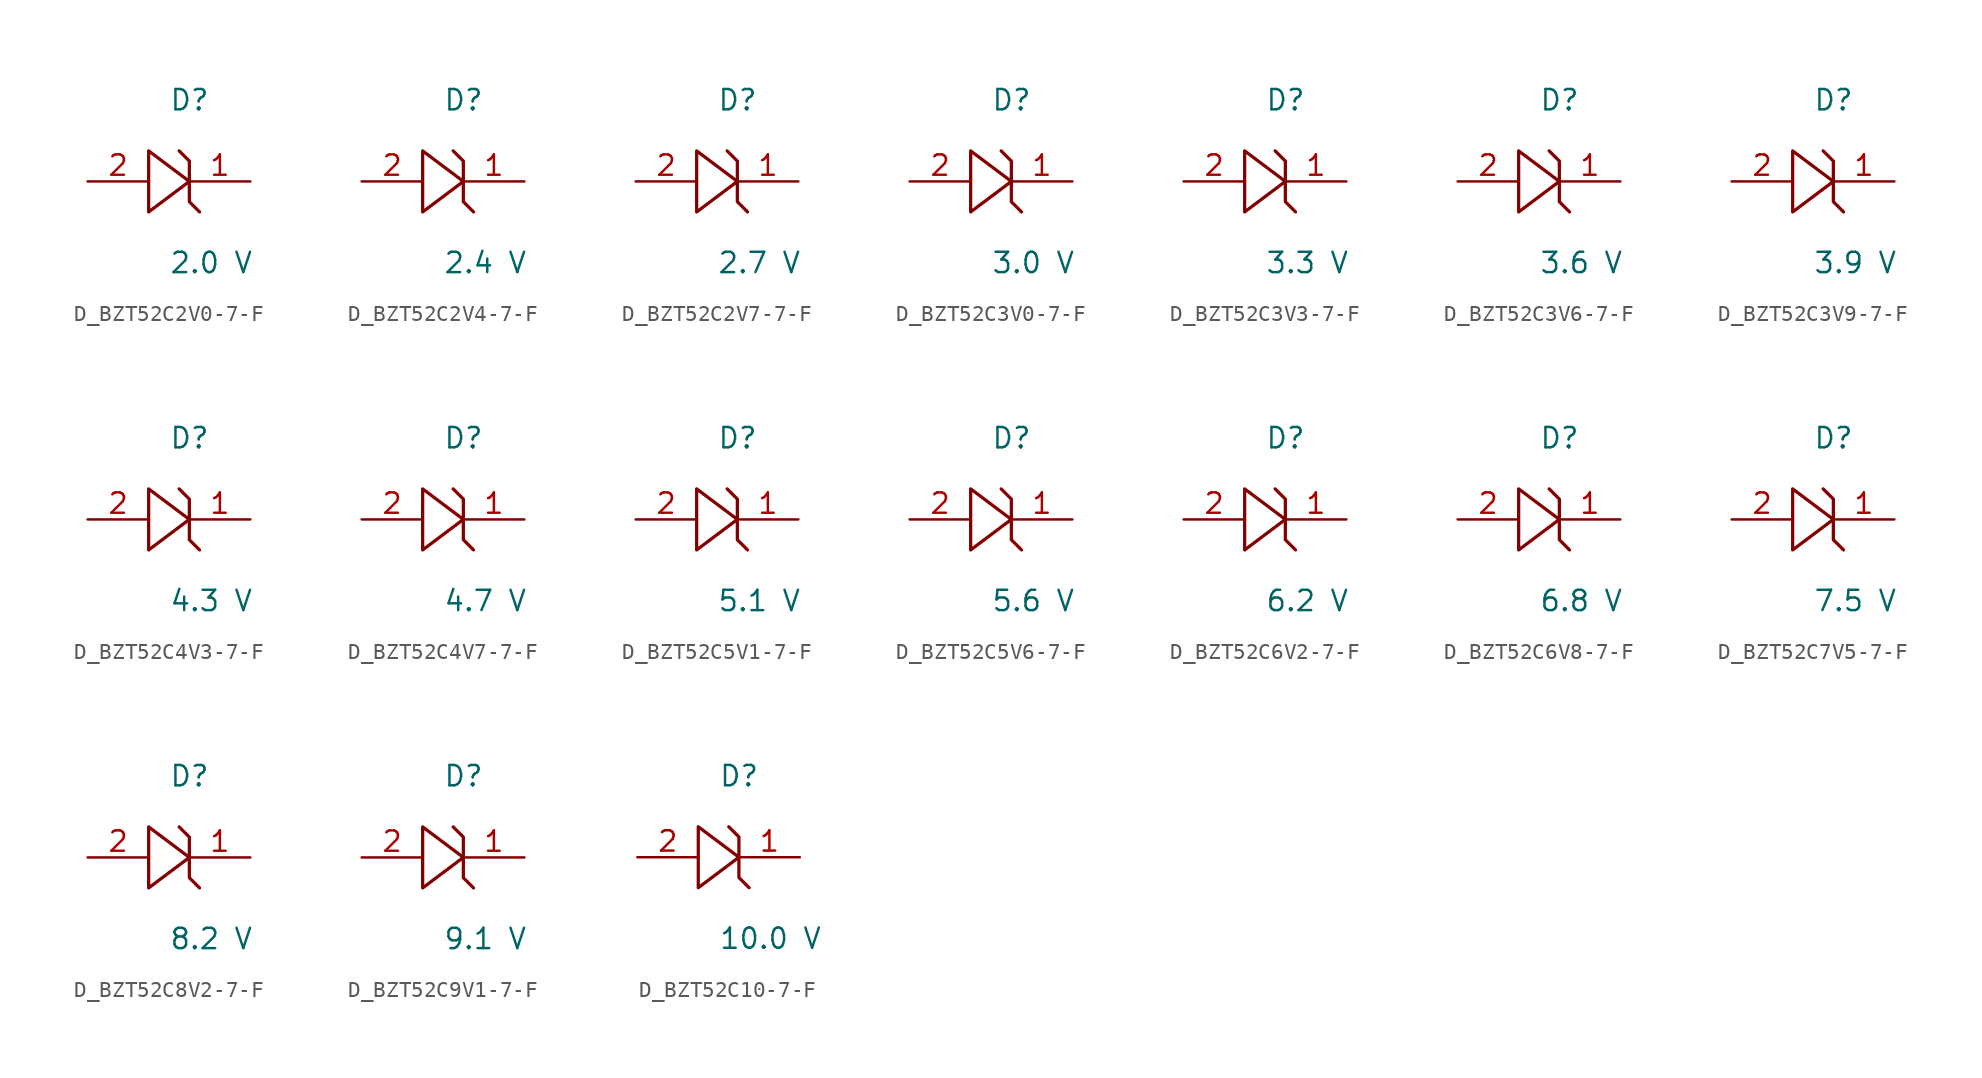
<source format=kicad_sym>
(kicad_symbol_lib
  (version 20231120)
  (generator kicad_symbol_editor)
  (generator_version 8.0)
  (symbol "D_BZT52C2V0-7-F"
    (pin_names
      (offset 0.254))
    (property "Reference" "D"
      (at 0 5.08 0)
      (effects (font (size 1.27 1.27)) (justify left)))
    (property "Value" "2.0 V"
      (at 0 -5.08 0)
      (effects (font (size 1.27 1.27)) (justify left)))
    (symbol "D_BZT52C2V0-7-F_1_0"
      (polyline (pts (xy 0.635 1.905) (xy 1.27 1.27) (xy 1.27 0) (xy -1.27 1.905) (xy -1.27 -1.905) (xy 1.27 0) (xy 1.27 -1.27) (xy 1.905 -1.905)) (stroke (width 0.203) (type default)) (fill (type none)))
      (pin passive line (at 5.08 0 180) (length 3.81) (name "" (effects (font (size 1.27 1.27)))) (number "1" (effects (font (size 1.27 1.27)))))
      (pin passive line (at -5.08 0 0) (length 3.81) (name "" (effects (font (size 1.27 1.27)))) (number "2" (effects (font (size 1.27 1.27)))))))
  (symbol "D_BZT52C2V4-7-F"
    (pin_names
      (offset 0.254))
    (property "Reference" "D"
      (at 0 5.08 0)
      (effects (font (size 1.27 1.27)) (justify left)))
    (property "Value" "2.4 V"
      (at 0 -5.08 0)
      (effects (font (size 1.27 1.27)) (justify left)))
    (symbol "D_BZT52C2V4-7-F_1_0"
      (polyline (pts (xy 0.635 1.905) (xy 1.27 1.27) (xy 1.27 0) (xy -1.27 1.905) (xy -1.27 -1.905) (xy 1.27 0) (xy 1.27 -1.27) (xy 1.905 -1.905)) (stroke (width 0.203) (type default)) (fill (type none)))
      (pin passive line (at 5.08 0 180) (length 3.81) (name "" (effects (font (size 1.27 1.27)))) (number "1" (effects (font (size 1.27 1.27)))))
      (pin passive line (at -5.08 0 0) (length 3.81) (name "" (effects (font (size 1.27 1.27)))) (number "2" (effects (font (size 1.27 1.27)))))))
  (symbol "D_BZT52C2V7-7-F"
    (pin_names
      (offset 0.254))
    (property "Reference" "D"
      (at 0 5.08 0)
      (effects (font (size 1.27 1.27)) (justify left)))
    (property "Value" "2.7 V"
      (at 0 -5.08 0)
      (effects (font (size 1.27 1.27)) (justify left)))
    (symbol "D_BZT52C2V7-7-F_1_0"
      (polyline (pts (xy 0.635 1.905) (xy 1.27 1.27) (xy 1.27 0) (xy -1.27 1.905) (xy -1.27 -1.905) (xy 1.27 0) (xy 1.27 -1.27) (xy 1.905 -1.905)) (stroke (width 0.203) (type default)) (fill (type none)))
      (pin passive line (at 5.08 0 180) (length 3.81) (name "" (effects (font (size 1.27 1.27)))) (number "1" (effects (font (size 1.27 1.27)))))
      (pin passive line (at -5.08 0 0) (length 3.81) (name "" (effects (font (size 1.27 1.27)))) (number "2" (effects (font (size 1.27 1.27)))))))
  (symbol "D_BZT52C3V0-7-F"
    (pin_names
      (offset 0.254))
    (property "Reference" "D"
      (at 0 5.08 0)
      (effects (font (size 1.27 1.27)) (justify left)))
    (property "Value" "3.0 V"
      (at 0 -5.08 0)
      (effects (font (size 1.27 1.27)) (justify left)))
    (symbol "D_BZT52C3V0-7-F_1_0"
      (polyline (pts (xy 0.635 1.905) (xy 1.27 1.27) (xy 1.27 0) (xy -1.27 1.905) (xy -1.27 -1.905) (xy 1.27 0) (xy 1.27 -1.27) (xy 1.905 -1.905)) (stroke (width 0.203) (type default)) (fill (type none)))
      (pin passive line (at 5.08 0 180) (length 3.81) (name "" (effects (font (size 1.27 1.27)))) (number "1" (effects (font (size 1.27 1.27)))))
      (pin passive line (at -5.08 0 0) (length 3.81) (name "" (effects (font (size 1.27 1.27)))) (number "2" (effects (font (size 1.27 1.27)))))))
  (symbol "D_BZT52C3V3-7-F"
    (pin_names
      (offset 0.254))
    (property "Reference" "D"
      (at 0 5.08 0)
      (effects (font (size 1.27 1.27)) (justify left)))
    (property "Value" "3.3 V"
      (at 0 -5.08 0)
      (effects (font (size 1.27 1.27)) (justify left)))
    (symbol "D_BZT52C3V3-7-F_1_0"
      (polyline (pts (xy 0.635 1.905) (xy 1.27 1.27) (xy 1.27 0) (xy -1.27 1.905) (xy -1.27 -1.905) (xy 1.27 0) (xy 1.27 -1.27) (xy 1.905 -1.905)) (stroke (width 0.203) (type default)) (fill (type none)))
      (pin passive line (at 5.08 0 180) (length 3.81) (name "" (effects (font (size 1.27 1.27)))) (number "1" (effects (font (size 1.27 1.27)))))
      (pin passive line (at -5.08 0 0) (length 3.81) (name "" (effects (font (size 1.27 1.27)))) (number "2" (effects (font (size 1.27 1.27)))))))
  (symbol "D_BZT52C3V6-7-F"
    (pin_names
      (offset 0.254))
    (property "Reference" "D"
      (at 0 5.08 0)
      (effects (font (size 1.27 1.27)) (justify left)))
    (property "Value" "3.6 V"
      (at 0 -5.08 0)
      (effects (font (size 1.27 1.27)) (justify left)))
    (symbol "D_BZT52C3V6-7-F_1_0"
      (polyline (pts (xy 0.635 1.905) (xy 1.27 1.27) (xy 1.27 0) (xy -1.27 1.905) (xy -1.27 -1.905) (xy 1.27 0) (xy 1.27 -1.27) (xy 1.905 -1.905)) (stroke (width 0.203) (type default)) (fill (type none)))
      (pin passive line (at 5.08 0 180) (length 3.81) (name "" (effects (font (size 1.27 1.27)))) (number "1" (effects (font (size 1.27 1.27)))))
      (pin passive line (at -5.08 0 0) (length 3.81) (name "" (effects (font (size 1.27 1.27)))) (number "2" (effects (font (size 1.27 1.27)))))))
  (symbol "D_BZT52C3V9-7-F"
    (pin_names
      (offset 0.254))
    (property "Reference" "D"
      (at 0 5.08 0)
      (effects (font (size 1.27 1.27)) (justify left)))
    (property "Value" "3.9 V"
      (at 0 -5.08 0)
      (effects (font (size 1.27 1.27)) (justify left)))
    (symbol "D_BZT52C3V9-7-F_1_0"
      (polyline (pts (xy 0.635 1.905) (xy 1.27 1.27) (xy 1.27 0) (xy -1.27 1.905) (xy -1.27 -1.905) (xy 1.27 0) (xy 1.27 -1.27) (xy 1.905 -1.905)) (stroke (width 0.203) (type default)) (fill (type none)))
      (pin passive line (at 5.08 0 180) (length 3.81) (name "" (effects (font (size 1.27 1.27)))) (number "1" (effects (font (size 1.27 1.27)))))
      (pin passive line (at -5.08 0 0) (length 3.81) (name "" (effects (font (size 1.27 1.27)))) (number "2" (effects (font (size 1.27 1.27)))))))
  (symbol "D_BZT52C4V3-7-F"
    (pin_names
      (offset 0.254))
    (property "Reference" "D"
      (at 0 5.08 0)
      (effects (font (size 1.27 1.27)) (justify left)))
    (property "Value" "4.3 V"
      (at 0 -5.08 0)
      (effects (font (size 1.27 1.27)) (justify left)))
    (symbol "D_BZT52C4V3-7-F_1_0"
      (polyline (pts (xy 0.635 1.905) (xy 1.27 1.27) (xy 1.27 0) (xy -1.27 1.905) (xy -1.27 -1.905) (xy 1.27 0) (xy 1.27 -1.27) (xy 1.905 -1.905)) (stroke (width 0.203) (type default)) (fill (type none)))
      (pin passive line (at 5.08 0 180) (length 3.81) (name "" (effects (font (size 1.27 1.27)))) (number "1" (effects (font (size 1.27 1.27)))))
      (pin passive line (at -5.08 0 0) (length 3.81) (name "" (effects (font (size 1.27 1.27)))) (number "2" (effects (font (size 1.27 1.27)))))))
  (symbol "D_BZT52C4V7-7-F"
    (pin_names
      (offset 0.254))
    (property "Reference" "D"
      (at 0 5.08 0)
      (effects (font (size 1.27 1.27)) (justify left)))
    (property "Value" "4.7 V"
      (at 0 -5.08 0)
      (effects (font (size 1.27 1.27)) (justify left)))
    (symbol "D_BZT52C4V7-7-F_1_0"
      (polyline (pts (xy 0.635 1.905) (xy 1.27 1.27) (xy 1.27 0) (xy -1.27 1.905) (xy -1.27 -1.905) (xy 1.27 0) (xy 1.27 -1.27) (xy 1.905 -1.905)) (stroke (width 0.203) (type default)) (fill (type none)))
      (pin passive line (at 5.08 0 180) (length 3.81) (name "" (effects (font (size 1.27 1.27)))) (number "1" (effects (font (size 1.27 1.27)))))
      (pin passive line (at -5.08 0 0) (length 3.81) (name "" (effects (font (size 1.27 1.27)))) (number "2" (effects (font (size 1.27 1.27)))))))
  (symbol "D_BZT52C5V1-7-F"
    (pin_names
      (offset 0.254))
    (property "Reference" "D"
      (at 0 5.08 0)
      (effects (font (size 1.27 1.27)) (justify left)))
    (property "Value" "5.1 V"
      (at 0 -5.08 0)
      (effects (font (size 1.27 1.27)) (justify left)))
    (symbol "D_BZT52C5V1-7-F_1_0"
      (polyline (pts (xy 0.635 1.905) (xy 1.27 1.27) (xy 1.27 0) (xy -1.27 1.905) (xy -1.27 -1.905) (xy 1.27 0) (xy 1.27 -1.27) (xy 1.905 -1.905)) (stroke (width 0.203) (type default)) (fill (type none)))
      (pin passive line (at 5.08 0 180) (length 3.81) (name "" (effects (font (size 1.27 1.27)))) (number "1" (effects (font (size 1.27 1.27)))))
      (pin passive line (at -5.08 0 0) (length 3.81) (name "" (effects (font (size 1.27 1.27)))) (number "2" (effects (font (size 1.27 1.27)))))))
  (symbol "D_BZT52C5V6-7-F"
    (pin_names
      (offset 0.254))
    (property "Reference" "D"
      (at 0 5.08 0)
      (effects (font (size 1.27 1.27)) (justify left)))
    (property "Value" "5.6 V"
      (at 0 -5.08 0)
      (effects (font (size 1.27 1.27)) (justify left)))
    (symbol "D_BZT52C5V6-7-F_1_0"
      (polyline (pts (xy 0.635 1.905) (xy 1.27 1.27) (xy 1.27 0) (xy -1.27 1.905) (xy -1.27 -1.905) (xy 1.27 0) (xy 1.27 -1.27) (xy 1.905 -1.905)) (stroke (width 0.203) (type default)) (fill (type none)))
      (pin passive line (at 5.08 0 180) (length 3.81) (name "" (effects (font (size 1.27 1.27)))) (number "1" (effects (font (size 1.27 1.27)))))
      (pin passive line (at -5.08 0 0) (length 3.81) (name "" (effects (font (size 1.27 1.27)))) (number "2" (effects (font (size 1.27 1.27)))))))
  (symbol "D_BZT52C6V2-7-F"
    (pin_names
      (offset 0.254))
    (property "Reference" "D"
      (at 0 5.08 0)
      (effects (font (size 1.27 1.27)) (justify left)))
    (property "Value" "6.2 V"
      (at 0 -5.08 0)
      (effects (font (size 1.27 1.27)) (justify left)))
    (symbol "D_BZT52C6V2-7-F_1_0"
      (polyline (pts (xy 0.635 1.905) (xy 1.27 1.27) (xy 1.27 0) (xy -1.27 1.905) (xy -1.27 -1.905) (xy 1.27 0) (xy 1.27 -1.27) (xy 1.905 -1.905)) (stroke (width 0.203) (type default)) (fill (type none)))
      (pin passive line (at 5.08 0 180) (length 3.81) (name "" (effects (font (size 1.27 1.27)))) (number "1" (effects (font (size 1.27 1.27)))))
      (pin passive line (at -5.08 0 0) (length 3.81) (name "" (effects (font (size 1.27 1.27)))) (number "2" (effects (font (size 1.27 1.27)))))))
  (symbol "D_BZT52C6V8-7-F"
    (pin_names
      (offset 0.254))
    (property "Reference" "D"
      (at 0 5.08 0)
      (effects (font (size 1.27 1.27)) (justify left)))
    (property "Value" "6.8 V"
      (at 0 -5.08 0)
      (effects (font (size 1.27 1.27)) (justify left)))
    (symbol "D_BZT52C6V8-7-F_1_0"
      (polyline (pts (xy 0.635 1.905) (xy 1.27 1.27) (xy 1.27 0) (xy -1.27 1.905) (xy -1.27 -1.905) (xy 1.27 0) (xy 1.27 -1.27) (xy 1.905 -1.905)) (stroke (width 0.203) (type default)) (fill (type none)))
      (pin passive line (at 5.08 0 180) (length 3.81) (name "" (effects (font (size 1.27 1.27)))) (number "1" (effects (font (size 1.27 1.27)))))
      (pin passive line (at -5.08 0 0) (length 3.81) (name "" (effects (font (size 1.27 1.27)))) (number "2" (effects (font (size 1.27 1.27)))))))
  (symbol "D_BZT52C7V5-7-F"
    (pin_names
      (offset 0.254))
    (property "Reference" "D"
      (at 0 5.08 0)
      (effects (font (size 1.27 1.27)) (justify left)))
    (property "Value" "7.5 V"
      (at 0 -5.08 0)
      (effects (font (size 1.27 1.27)) (justify left)))
    (symbol "D_BZT52C7V5-7-F_1_0"
      (polyline (pts (xy 0.635 1.905) (xy 1.27 1.27) (xy 1.27 0) (xy -1.27 1.905) (xy -1.27 -1.905) (xy 1.27 0) (xy 1.27 -1.27) (xy 1.905 -1.905)) (stroke (width 0.203) (type default)) (fill (type none)))
      (pin passive line (at 5.08 0 180) (length 3.81) (name "" (effects (font (size 1.27 1.27)))) (number "1" (effects (font (size 1.27 1.27)))))
      (pin passive line (at -5.08 0 0) (length 3.81) (name "" (effects (font (size 1.27 1.27)))) (number "2" (effects (font (size 1.27 1.27)))))))
  (symbol "D_BZT52C8V2-7-F"
    (pin_names
      (offset 0.254))
    (property "Reference" "D"
      (at 0 5.08 0)
      (effects (font (size 1.27 1.27)) (justify left)))
    (property "Value" "8.2 V"
      (at 0 -5.08 0)
      (effects (font (size 1.27 1.27)) (justify left)))
    (symbol "D_BZT52C8V2-7-F_1_0"
      (polyline (pts (xy 0.635 1.905) (xy 1.27 1.27) (xy 1.27 0) (xy -1.27 1.905) (xy -1.27 -1.905) (xy 1.27 0) (xy 1.27 -1.27) (xy 1.905 -1.905)) (stroke (width 0.203) (type default)) (fill (type none)))
      (pin passive line (at 5.08 0 180) (length 3.81) (name "" (effects (font (size 1.27 1.27)))) (number "1" (effects (font (size 1.27 1.27)))))
      (pin passive line (at -5.08 0 0) (length 3.81) (name "" (effects (font (size 1.27 1.27)))) (number "2" (effects (font (size 1.27 1.27)))))))
  (symbol "D_BZT52C9V1-7-F"
    (pin_names
      (offset 0.254))
    (property "Reference" "D"
      (at 0 5.08 0)
      (effects (font (size 1.27 1.27)) (justify left)))
    (property "Value" "9.1 V"
      (at 0 -5.08 0)
      (effects (font (size 1.27 1.27)) (justify left)))
    (symbol "D_BZT52C9V1-7-F_1_0"
      (polyline (pts (xy 0.635 1.905) (xy 1.27 1.27) (xy 1.27 0) (xy -1.27 1.905) (xy -1.27 -1.905) (xy 1.27 0) (xy 1.27 -1.27) (xy 1.905 -1.905)) (stroke (width 0.203) (type default)) (fill (type none)))
      (pin passive line (at 5.08 0 180) (length 3.81) (name "" (effects (font (size 1.27 1.27)))) (number "1" (effects (font (size 1.27 1.27)))))
      (pin passive line (at -5.08 0 0) (length 3.81) (name "" (effects (font (size 1.27 1.27)))) (number "2" (effects (font (size 1.27 1.27)))))))
  (symbol "D_BZT52C10-7-F"
    (pin_names
      (offset 0.254))
    (property "Reference" "D"
      (at 0 5.08 0)
      (effects (font (size 1.27 1.27)) (justify left)))
    (property "Value" "10.0 V"
      (at 0 -5.08 0)
      (effects (font (size 1.27 1.27)) (justify left)))
    (symbol "D_BZT52C10-7-F_1_0"
      (polyline (pts (xy 0.635 1.905) (xy 1.27 1.27) (xy 1.27 0) (xy -1.27 1.905) (xy -1.27 -1.905) (xy 1.27 0) (xy 1.27 -1.27) (xy 1.905 -1.905)) (stroke (width 0.203) (type default)) (fill (type none)))
      (pin passive line (at 5.08 0 180) (length 3.81) (name "" (effects (font (size 1.27 1.27)))) (number "1" (effects (font (size 1.27 1.27)))))
      (pin passive line (at -5.08 0 0) (length 3.81) (name "" (effects (font (size 1.27 1.27)))) (number "2" (effects (font (size 1.27 1.27))))))))
</source>
